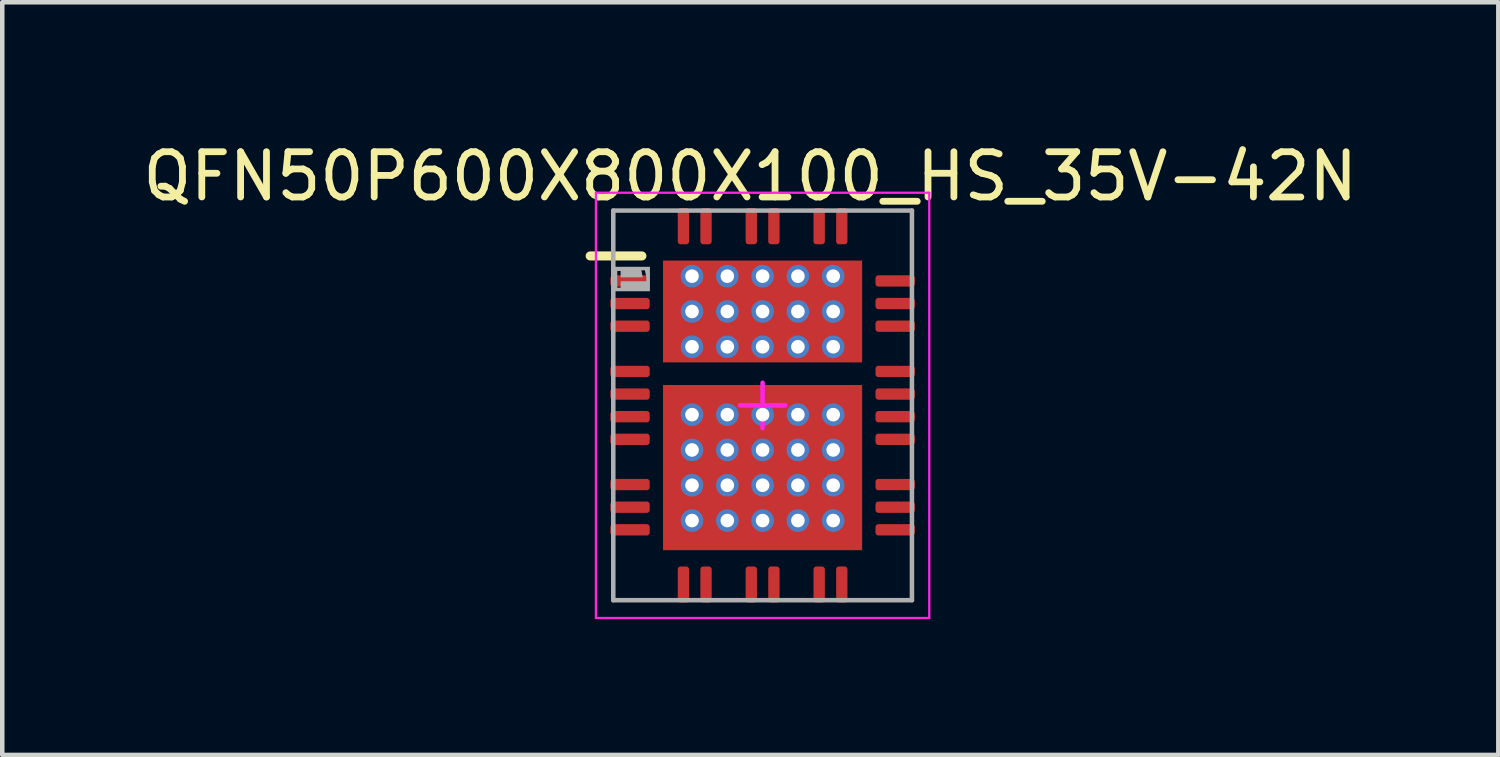
<source format=kicad_pcb>
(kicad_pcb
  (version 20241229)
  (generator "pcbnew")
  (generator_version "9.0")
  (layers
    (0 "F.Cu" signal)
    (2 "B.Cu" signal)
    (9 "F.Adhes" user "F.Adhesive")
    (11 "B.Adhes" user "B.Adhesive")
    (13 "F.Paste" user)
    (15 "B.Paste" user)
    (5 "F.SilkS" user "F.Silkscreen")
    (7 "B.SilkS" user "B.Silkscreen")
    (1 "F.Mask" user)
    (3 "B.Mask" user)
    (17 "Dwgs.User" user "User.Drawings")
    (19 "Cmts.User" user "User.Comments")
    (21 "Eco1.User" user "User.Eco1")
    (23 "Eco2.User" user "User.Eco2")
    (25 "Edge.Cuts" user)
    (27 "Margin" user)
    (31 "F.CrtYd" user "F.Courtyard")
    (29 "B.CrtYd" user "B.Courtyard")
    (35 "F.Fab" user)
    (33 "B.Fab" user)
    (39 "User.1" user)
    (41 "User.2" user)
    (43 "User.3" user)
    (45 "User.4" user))
  (footprint "QFN50P600X800X100_HS_35V-42N"
    (layer "F.Cu")
    (at 13.802 5.908)
    (property "Reference" "QFN50P600X800X100_HS_35V-42N" (at -0.273 -5.06 0) (layer "F.SilkS") (effects (font (size 1 1) (thickness 0.15))))
    (fp_rect (start -2.03 -1.07) (end 2.03 -3.05) (stroke (width 0) (type default)) (fill yes) (layer "F.Mask"))
    (fp_line (start -3.81 -3.302) (end -2.667 -3.302) (stroke (width 0.2) (type solid)) (layer "F.SilkS"))
    (fp_rect (start -2.201 0.144) (end -1.603 -0.455) (stroke (width 0) (type default)) (fill yes) (layer "F.Paste"))
    (fp_rect (start -2.201 0.901) (end -1.603 0.266) (stroke (width 0) (type default)) (fill yes) (layer "F.Paste"))
    (fp_rect (start -2.201 1.681) (end -1.603 1.046) (stroke (width 0) (type default)) (fill yes) (layer "F.Paste"))
    (fp_rect (start -2.201 2.461) (end -1.603 1.826) (stroke (width 0) (type default)) (fill yes) (layer "F.Paste"))
    (fp_rect (start -2.201 3.205) (end -1.603 2.606) (stroke (width 0) (type default)) (fill yes) (layer "F.Paste"))
    (fp_rect (start -2.193 -0.952) (end -1.603 -1.211) (stroke (width 0) (type default)) (fill yes) (layer "F.Paste"))
    (fp_rect (start -1.596 -3.198) (end -2.193 -2.939) (stroke (width 0) (type default)) (fill yes) (layer "F.Paste"))
    (fp_rect (start -1.596 -2.794) (end -2.206 -2.159) (stroke (width 0) (type default)) (fill yes) (layer "F.Paste"))
    (fp_rect (start -1.596 -2.014) (end -2.193 -1.379) (stroke (width 0) (type default)) (fill yes) (layer "F.Paste"))
    (fp_rect (start -1.524 -2.939) (end -0.823 -3.198) (stroke (width 0) (type default)) (fill yes) (layer "F.Paste"))
    (fp_rect (start -1.524 -2.159) (end -0.823 -2.794) (stroke (width 0) (type default)) (fill yes) (layer "F.Paste"))
    (fp_rect (start -1.524 -1.379) (end -0.823 -2.014) (stroke (width 0) (type default)) (fill yes) (layer "F.Paste"))
    (fp_rect (start -1.524 0.901) (end -0.823 0.266) (stroke (width 0) (type default)) (fill yes) (layer "F.Paste"))
    (fp_rect (start -1.524 1.681) (end -0.823 1.046) (stroke (width 0) (type default)) (fill yes) (layer "F.Paste"))
    (fp_rect (start -1.524 2.461) (end -0.823 1.826) (stroke (width 0) (type default)) (fill yes) (layer "F.Paste"))
    (fp_rect (start -1.524 3.207) (end -0.823 2.606) (stroke (width 0) (type default)) (fill yes) (layer "F.Paste"))
    (fp_rect (start -0.816 -1.211) (end -1.517 -0.952) (stroke (width 0) (type default)) (fill yes) (layer "F.Paste"))
    (fp_rect (start -0.816 -0.457) (end -1.517 0.144) (stroke (width 0) (type default)) (fill yes) (layer "F.Paste"))
    (fp_rect (start -0.744 -2.939) (end -0.043 -3.198) (stroke (width 0) (type default)) (fill yes) (layer "F.Paste"))
    (fp_rect (start -0.744 -2.159) (end -0.043 -2.794) (stroke (width 0) (type default)) (fill yes) (layer "F.Paste"))
    (fp_rect (start -0.744 -1.379) (end -0.043 -2.014) (stroke (width 0) (type default)) (fill yes) (layer "F.Paste"))
    (fp_rect (start -0.744 0.901) (end -0.043 0.266) (stroke (width 0) (type default)) (fill yes) (layer "F.Paste"))
    (fp_rect (start -0.744 1.681) (end -0.043 1.046) (stroke (width 0) (type default)) (fill yes) (layer "F.Paste"))
    (fp_rect (start -0.744 2.461) (end -0.043 1.826) (stroke (width 0) (type default)) (fill yes) (layer "F.Paste"))
    (fp_rect (start -0.744 3.207) (end -0.043 2.606) (stroke (width 0) (type default)) (fill yes) (layer "F.Paste"))
    (fp_rect (start -0.036 -1.211) (end -0.737 -0.952) (stroke (width 0) (type default)) (fill yes) (layer "F.Paste"))
    (fp_rect (start -0.036 -0.457) (end -0.737 0.144) (stroke (width 0) (type default)) (fill yes) (layer "F.Paste"))
    (fp_rect (start 0.036 -2.939) (end 0.737 -3.198) (stroke (width 0) (type default)) (fill yes) (layer "F.Paste"))
    (fp_rect (start 0.036 -2.159) (end 0.737 -2.794) (stroke (width 0) (type default)) (fill yes) (layer "F.Paste"))
    (fp_rect (start 0.036 -1.379) (end 0.737 -2.014) (stroke (width 0) (type default)) (fill yes) (layer "F.Paste"))
    (fp_rect (start 0.036 0.901) (end 0.737 0.266) (stroke (width 0) (type default)) (fill yes) (layer "F.Paste"))
    (fp_rect (start 0.036 1.681) (end 0.737 1.046) (stroke (width 0) (type default)) (fill yes) (layer "F.Paste"))
    (fp_rect (start 0.036 2.461) (end 0.737 1.826) (stroke (width 0) (type default)) (fill yes) (layer "F.Paste"))
    (fp_rect (start 0.036 3.207) (end 0.737 2.606) (stroke (width 0) (type default)) (fill yes) (layer "F.Paste"))
    (fp_rect (start 0.744 -1.211) (end 0.043 -0.952) (stroke (width 0) (type default)) (fill yes) (layer "F.Paste"))
    (fp_rect (start 0.744 -0.457) (end 0.043 0.144) (stroke (width 0) (type default)) (fill yes) (layer "F.Paste"))
    (fp_rect (start 0.816 -2.939) (end 1.517 -3.198) (stroke (width 0) (type default)) (fill yes) (layer "F.Paste"))
    (fp_rect (start 0.816 -2.159) (end 1.517 -2.794) (stroke (width 0) (type default)) (fill yes) (layer "F.Paste"))
    (fp_rect (start 0.816 -1.379) (end 1.517 -2.014) (stroke (width 0) (type default)) (fill yes) (layer "F.Paste"))
    (fp_rect (start 0.816 0.901) (end 1.517 0.266) (stroke (width 0) (type default)) (fill yes) (layer "F.Paste"))
    (fp_rect (start 0.816 1.681) (end 1.517 1.046) (stroke (width 0) (type default)) (fill yes) (layer "F.Paste"))
    (fp_rect (start 0.816 2.461) (end 1.517 1.826) (stroke (width 0) (type default)) (fill yes) (layer "F.Paste"))
    (fp_rect (start 0.816 3.207) (end 1.517 2.606) (stroke (width 0) (type default)) (fill yes) (layer "F.Paste"))
    (fp_rect (start 1.524 -1.211) (end 0.823 -0.952) (stroke (width 0) (type default)) (fill yes) (layer "F.Paste"))
    (fp_rect (start 1.524 -0.457) (end 0.823 0.144) (stroke (width 0) (type default)) (fill yes) (layer "F.Paste"))
    (fp_rect (start 1.596 -2.159) (end 2.206 -2.794) (stroke (width 0) (type default)) (fill yes) (layer "F.Paste"))
    (fp_rect (start 1.596 -1.379) (end 2.193 -2.014) (stroke (width 0) (type default)) (fill yes) (layer "F.Paste"))
    (fp_rect (start 1.596 -2.939) (end 2.193 -3.198) (stroke (width 0) (type default)) (fill yes) (layer "F.Paste"))
    (fp_rect (start 2.193 -1.211) (end 1.603 -0.952) (stroke (width 0) (type default)) (fill yes) (layer "F.Paste"))
    (fp_rect (start 2.201 -0.455) (end 1.603 0.144) (stroke (width 0) (type default)) (fill yes) (layer "F.Paste"))
    (fp_rect (start 2.201 0.266) (end 1.603 0.901) (stroke (width 0) (type default)) (fill yes) (layer "F.Paste"))
    (fp_rect (start 2.201 1.046) (end 1.603 1.681) (stroke (width 0) (type default)) (fill yes) (layer "F.Paste"))
    (fp_rect (start 2.201 1.826) (end 1.603 2.461) (stroke (width 0) (type default)) (fill yes) (layer "F.Paste"))
    (fp_rect (start 2.201 2.606) (end 1.603 3.205) (stroke (width 0) (type default)) (fill yes) (layer "F.Paste"))
    (fp_line (start -3.683 -4.699) (end 3.683 -4.699) (stroke (width 0.05) (type solid)) (layer "F.CrtYd"))
    (fp_line (start -3.683 4.699) (end -3.683 -4.699) (stroke (width 0.05) (type solid)) (layer "F.CrtYd"))
    (fp_line (start -3.683 4.699) (end 3.683 4.699) (stroke (width 0.05) (type solid)) (layer "F.CrtYd"))
    (fp_line (start -0.5 0) (end 0.5 0) (stroke (width 0.1) (type solid)) (layer "F.CrtYd"))
    (fp_line (start 0 0.5) (end 0 -0.5) (stroke (width 0.1) (type solid)) (layer "F.CrtYd"))
    (fp_line (start 3.683 4.699) (end 3.683 -4.699) (stroke (width 0.05) (type solid)) (layer "F.CrtYd"))
    (fp_line (start -3.3 -4.305) (end 3.3 -4.305) (stroke (width 0.1) (type solid)) (layer "F.Fab"))
    (fp_line (start -3.3 4.305) (end -3.3 -4.305) (stroke (width 0.1) (type solid)) (layer "F.Fab"))
    (fp_line (start -3.3 4.305) (end 3.3 4.305) (stroke (width 0.1) (type solid)) (layer "F.Fab"))
    (fp_line (start 3.3 4.305) (end 3.3 -4.305) (stroke (width 0.1) (type solid)) (layer "F.Fab"))
    (fp_text user "1" (at -2.95 -2.8 270) (unlocked yes) (layer "F.Fab" knockout) (effects (font (face "Arial") (size 0.63 0.63) (thickness 0.254))))
    (pad "1" smd roundrect (at -2.93 -2.75 90) (size 0.25 0.87) (layers "F.Cu" "F.Mask" "F.Paste") (roundrect_rratio 0.25))
    (pad "2" smd roundrect (at -2.93 -2.25 90) (size 0.25 0.87) (layers "F.Cu" "F.Mask" "F.Paste") (roundrect_rratio 0.25))
    (pad "3" smd roundrect (at -2.93 -1.75 90) (size 0.25 0.87) (layers "F.Cu" "F.Mask" "F.Paste") (roundrect_rratio 0.25))
    (pad "5" smd roundrect (at -2.93 -0.75 90) (size 0.25 0.87) (layers "F.Cu" "F.Mask" "F.Paste") (roundrect_rratio 0.25))
    (pad "6" smd roundrect (at -2.93 -0.25 90) (size 0.25 0.87) (layers "F.Cu" "F.Mask" "F.Paste") (roundrect_rratio 0.25))
    (pad "7" smd roundrect (at -2.93 0.25 90) (size 0.25 0.87) (layers "F.Cu" "F.Mask" "F.Paste") (roundrect_rratio 0.25))
    (pad "8" smd roundrect (at -2.93 0.75 90) (size 0.25 0.87) (layers "F.Cu" "F.Mask" "F.Paste") (roundrect_rratio 0.25))
    (pad "10" smd roundrect (at -2.93 1.75 90) (size 0.25 0.87) (layers "F.Cu" "F.Mask" "F.Paste") (roundrect_rratio 0.25))
    (pad "11" smd roundrect (at -2.93 2.25 90) (size 0.25 0.87) (layers "F.Cu" "F.Mask" "F.Paste") (roundrect_rratio 0.25))
    (pad "12" smd roundrect (at -2.93 2.75 90) (size 0.25 0.87) (layers "F.Cu" "F.Mask" "F.Paste") (roundrect_rratio 0.25))
    (pad "13" smd roundrect (at -1.75 3.96) (size 0.25 0.8) (layers "F.Cu" "F.Mask" "F.Paste") (roundrect_rratio 0.25))
    (pad "14" smd roundrect (at -1.25 3.96) (size 0.25 0.8) (layers "F.Cu" "F.Mask" "F.Paste") (roundrect_rratio 0.25))
    (pad "16" smd roundrect (at -0.25 3.96) (size 0.25 0.8) (layers "F.Cu" "F.Mask" "F.Paste") (roundrect_rratio 0.25))
    (pad "17" smd roundrect (at 0.25 3.96) (size 0.25 0.8) (layers "F.Cu" "F.Mask" "F.Paste") (roundrect_rratio 0.25))
    (pad "19" smd roundrect (at 1.25 3.96) (size 0.25 0.8) (layers "F.Cu" "F.Mask" "F.Paste") (roundrect_rratio 0.25))
    (pad "20" smd roundrect (at 1.75 3.96) (size 0.25 0.8) (layers "F.Cu" "F.Mask" "F.Paste") (roundrect_rratio 0.25))
    (pad "21" smd roundrect (at 2.93 2.75 90) (size 0.25 0.87) (layers "F.Cu" "F.Mask" "F.Paste") (roundrect_rratio 0.25))
    (pad "22" smd roundrect (at 2.93 2.25 90) (size 0.25 0.87) (layers "F.Cu" "F.Mask" "F.Paste") (roundrect_rratio 0.25))
    (pad "23" smd roundrect (at 2.93 1.75 90) (size 0.25 0.87) (layers "F.Cu" "F.Mask" "F.Paste") (roundrect_rratio 0.25))
    (pad "25" smd roundrect (at 2.93 0.75 90) (size 0.25 0.87) (layers "F.Cu" "F.Mask" "F.Paste") (roundrect_rratio 0.25))
    (pad "26" smd roundrect (at 2.93 0.25 90) (size 0.25 0.87) (layers "F.Cu" "F.Mask" "F.Paste") (roundrect_rratio 0.25))
    (pad "27" smd roundrect (at 2.93 -0.25 90) (size 0.25 0.87) (layers "F.Cu" "F.Mask" "F.Paste") (roundrect_rratio 0.25))
    (pad "28" smd roundrect (at 2.93 -0.75 90) (size 0.25 0.87) (layers "F.Cu" "F.Mask" "F.Paste") (roundrect_rratio 0.25))
    (pad "30" smd roundrect (at 2.93 -1.75 90) (size 0.25 0.87) (layers "F.Cu" "F.Mask" "F.Paste") (roundrect_rratio 0.25))
    (pad "31" smd roundrect (at 2.93 -2.25 90) (size 0.25 0.87) (layers "F.Cu" "F.Mask" "F.Paste") (roundrect_rratio 0.25))
    (pad "32" smd roundrect (at 2.93 -2.75 90) (size 0.25 0.87) (layers "F.Cu" "F.Mask" "F.Paste") (roundrect_rratio 0.25))
    (pad "33" smd roundrect (at 1.75 -3.96) (size 0.25 0.8) (layers "F.Cu" "F.Mask" "F.Paste") (roundrect_rratio 0.25))
    (pad "34" smd roundrect (at 1.25 -3.96) (size 0.25 0.8) (layers "F.Cu" "F.Mask" "F.Paste") (roundrect_rratio 0.25))
    (pad "36" smd roundrect (at 0.25 -3.96) (size 0.25 0.8) (layers "F.Cu" "F.Mask" "F.Paste") (roundrect_rratio 0.25))
    (pad "37" smd roundrect (at -0.25 -3.96) (size 0.25 0.8) (layers "F.Cu" "F.Mask" "F.Paste") (roundrect_rratio 0.25))
    (pad "39" smd roundrect (at -1.25 -3.96) (size 0.25 0.8) (layers "F.Cu" "F.Mask" "F.Paste") (roundrect_rratio 0.25))
    (pad "40" smd roundrect (at -1.75 -3.96) (size 0.25 0.8) (layers "F.Cu" "F.Mask" "F.Paste") (roundrect_rratio 0.25))
    (pad "41" thru_hole circle (at -1.56 -2.855) (size 0.5 0.5) (drill 0.3) (layers "*.Cu" "*.Mask"))
    (pad "41" thru_hole circle (at -1.56 -2.075) (size 0.5 0.5) (drill 0.3) (layers "*.Cu" "*.Mask"))
    (pad "41" thru_hole circle (at -1.56 -1.295) (size 0.5 0.5) (drill 0.3) (layers "*.Cu" "*.Mask"))
    (pad "41" thru_hole circle (at -0.78 -2.855) (size 0.5 0.5) (drill 0.3) (layers "*.Cu" "*.Mask"))
    (pad "41" thru_hole circle (at -0.78 -2.075) (size 0.5 0.5) (drill 0.3) (layers "*.Cu" "*.Mask"))
    (pad "41" thru_hole circle (at -0.78 -1.295) (size 0.5 0.5) (drill 0.3) (layers "*.Cu" "*.Mask"))
    (pad "41" thru_hole circle (at 0 -2.855) (size 0.5 0.5) (drill 0.3) (layers "*.Cu" "*.Mask"))
    (pad "41" thru_hole circle (at 0 -2.075) (size 0.5 0.5) (drill 0.3) (layers "*.Cu" "*.Mask"))
    (pad "41" smd rect (at 0 -2.075) (size 4.4 2.25) (layers "F.Cu" "F.Mask" "F.Paste"))
    (pad "41" thru_hole circle (at 0 -1.295) (size 0.5 0.5) (drill 0.3) (layers "*.Cu" "*.Mask"))
    (pad "41" thru_hole circle (at 0.78 -2.855) (size 0.5 0.5) (drill 0.3) (layers "*.Cu" "*.Mask"))
    (pad "41" thru_hole circle (at 0.78 -2.075) (size 0.5 0.5) (drill 0.3) (layers "*.Cu" "*.Mask"))
    (pad "41" thru_hole circle (at 0.78 -1.295) (size 0.5 0.5) (drill 0.3) (layers "*.Cu" "*.Mask"))
    (pad "41" thru_hole circle (at 1.56 -2.855) (size 0.5 0.5) (drill 0.3) (layers "*.Cu" "*.Mask"))
    (pad "41" thru_hole circle (at 1.56 -2.075) (size 0.5 0.5) (drill 0.3) (layers "*.Cu" "*.Mask"))
    (pad "41" thru_hole circle (at 1.56 -1.295) (size 0.5 0.5) (drill 0.3) (layers "*.Cu" "*.Mask"))
    (pad "42" thru_hole circle (at -1.56 0.205) (size 0.5 0.5) (drill 0.3) (layers "*.Cu" "*.Mask"))
    (pad "42" thru_hole circle (at -1.56 0.985) (size 0.5 0.5) (drill 0.3) (layers "*.Cu" "*.Mask"))
    (pad "42" thru_hole circle (at -1.56 1.765) (size 0.5 0.5) (drill 0.3) (layers "*.Cu" "*.Mask"))
    (pad "42" thru_hole circle (at -1.56 2.545) (size 0.5 0.5) (drill 0.3) (layers "*.Cu" "*.Mask"))
    (pad "42" thru_hole circle (at -0.78 0.205) (size 0.5 0.5) (drill 0.3) (layers "*.Cu" "*.Mask"))
    (pad "42" thru_hole circle (at -0.78 0.985) (size 0.5 0.5) (drill 0.3) (layers "*.Cu" "*.Mask"))
    (pad "42" thru_hole circle (at -0.78 1.765) (size 0.5 0.5) (drill 0.3) (layers "*.Cu" "*.Mask"))
    (pad "42" thru_hole circle (at -0.78 2.545) (size 0.5 0.5) (drill 0.3) (layers "*.Cu" "*.Mask"))
    (pad "42" thru_hole circle (at 0 0.205) (size 0.5 0.5) (drill 0.3) (layers "*.Cu" "*.Mask"))
    (pad "42" thru_hole circle (at 0 0.985) (size 0.5 0.5) (drill 0.3) (layers "*.Cu" "*.Mask"))
    (pad "42" smd rect (at 0 1.375) (size 4.4 3.65) (layers "F.Cu" "F.Mask" "F.Paste"))
    (pad "42" thru_hole circle (at 0 1.765) (size 0.5 0.5) (drill 0.3) (layers "*.Cu" "*.Mask"))
    (pad "42" thru_hole circle (at 0 2.545) (size 0.5 0.5) (drill 0.3) (layers "*.Cu" "*.Mask"))
    (pad "42" thru_hole circle (at 0.78 0.205) (size 0.5 0.5) (drill 0.3) (layers "*.Cu" "*.Mask"))
    (pad "42" thru_hole circle (at 0.78 0.985) (size 0.5 0.5) (drill 0.3) (layers "*.Cu" "*.Mask"))
    (pad "42" thru_hole circle (at 0.78 1.765) (size 0.5 0.5) (drill 0.3) (layers "*.Cu" "*.Mask"))
    (pad "42" thru_hole circle (at 0.78 2.545) (size 0.5 0.5) (drill 0.3) (layers "*.Cu" "*.Mask"))
    (pad "42" thru_hole circle (at 1.56 0.205) (size 0.5 0.5) (drill 0.3) (layers "*.Cu" "*.Mask"))
    (pad "42" thru_hole circle (at 1.56 0.985) (size 0.5 0.5) (drill 0.3) (layers "*.Cu" "*.Mask"))
    (pad "42" thru_hole circle (at 1.56 1.765) (size 0.5 0.5) (drill 0.3) (layers "*.Cu" "*.Mask"))
    (pad "42" thru_hole circle (at 1.56 2.545) (size 0.5 0.5) (drill 0.3) (layers "*.Cu" "*.Mask")))
  (gr_rect
    (start -3 -3)
    (end 30.06 13.632)
    (stroke (width 0.1) (type default))
    (fill no)
    (layer "Edge.Cuts")))
</source>
